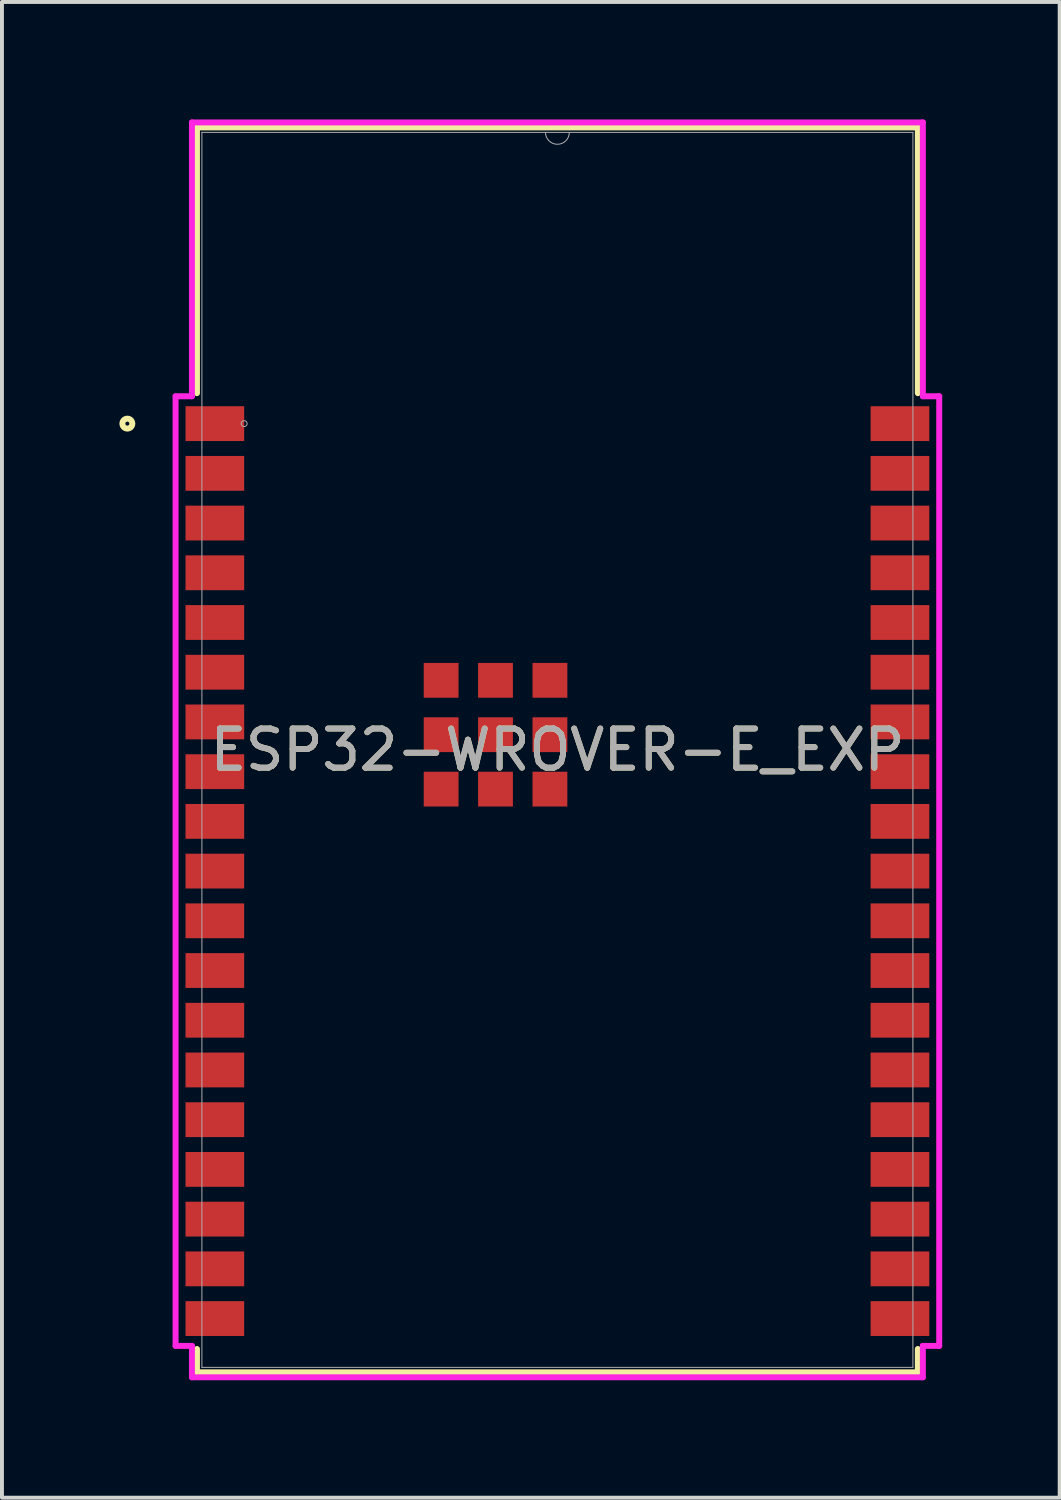
<source format=kicad_pcb>
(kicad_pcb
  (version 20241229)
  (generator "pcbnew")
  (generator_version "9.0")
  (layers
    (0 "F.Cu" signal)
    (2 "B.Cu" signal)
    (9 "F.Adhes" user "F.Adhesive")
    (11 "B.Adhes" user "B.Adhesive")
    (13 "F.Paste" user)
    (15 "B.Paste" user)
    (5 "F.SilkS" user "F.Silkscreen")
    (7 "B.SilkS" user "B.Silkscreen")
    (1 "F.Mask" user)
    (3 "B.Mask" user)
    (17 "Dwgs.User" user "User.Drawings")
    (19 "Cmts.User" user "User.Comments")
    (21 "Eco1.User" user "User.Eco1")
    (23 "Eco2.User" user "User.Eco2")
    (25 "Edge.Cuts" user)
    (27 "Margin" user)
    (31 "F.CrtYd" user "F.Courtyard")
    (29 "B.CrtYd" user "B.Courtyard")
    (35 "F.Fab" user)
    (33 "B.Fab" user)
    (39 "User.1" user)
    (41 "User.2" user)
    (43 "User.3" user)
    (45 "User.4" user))
  (footprint "ESP32-WROVER-E_EXP"
    (layer "F.Cu")
    (at 11.188 16.104)
    (property "Reference" "ESP32-WROVER-E_EXP" (at 0 0 0) (unlocked yes) (layer "F.SilkS") (effects (font (size 1 1) (thickness 0.15))))
    (attr smd)
    (fp_line (start -9.207 -15.9) (end -9.207 -9.111) (stroke (width 0.152) (type solid)) (layer "F.SilkS"))
    (fp_line (start -9.207 15.304) (end -9.207 15.9) (stroke (width 0.152) (type solid)) (layer "F.SilkS"))
    (fp_line (start -9.207 15.9) (end 9.207 15.9) (stroke (width 0.152) (type solid)) (layer "F.SilkS"))
    (fp_line (start 9.207 -15.9) (end -9.207 -15.9) (stroke (width 0.152) (type solid)) (layer "F.SilkS"))
    (fp_line (start 9.207 -9.111) (end 9.207 -15.9) (stroke (width 0.152) (type solid)) (layer "F.SilkS"))
    (fp_line (start 9.207 15.9) (end 9.207 15.304) (stroke (width 0.152) (type solid)) (layer "F.SilkS"))
    (fp_circle (center -10.985 -8.333) (end -10.858 -8.333) (stroke (width 0.152) (type solid)) (fill no) (layer "F.SilkS"))
    (fp_line (start -9.753 -9.032) (end -9.753 15.225) (stroke (width 0.152) (type solid)) (layer "F.CrtYd"))
    (fp_line (start -9.753 15.225) (end -9.335 15.225) (stroke (width 0.152) (type solid)) (layer "F.CrtYd"))
    (fp_line (start -9.335 -16.027) (end -9.335 -9.032) (stroke (width 0.152) (type solid)) (layer "F.CrtYd"))
    (fp_line (start -9.335 -9.032) (end -9.753 -9.032) (stroke (width 0.152) (type solid)) (layer "F.CrtYd"))
    (fp_line (start -9.335 15.225) (end -9.335 16.027) (stroke (width 0.152) (type solid)) (layer "F.CrtYd"))
    (fp_line (start -9.335 16.027) (end 9.335 16.027) (stroke (width 0.152) (type solid)) (layer "F.CrtYd"))
    (fp_line (start 9.335 -16.027) (end -9.335 -16.027) (stroke (width 0.152) (type solid)) (layer "F.CrtYd"))
    (fp_line (start 9.335 -9.032) (end 9.335 -16.027) (stroke (width 0.152) (type solid)) (layer "F.CrtYd"))
    (fp_line (start 9.335 15.225) (end 9.753 15.225) (stroke (width 0.152) (type solid)) (layer "F.CrtYd"))
    (fp_line (start 9.335 16.027) (end 9.335 15.225) (stroke (width 0.152) (type solid)) (layer "F.CrtYd"))
    (fp_line (start 9.753 -9.032) (end 9.335 -9.032) (stroke (width 0.152) (type solid)) (layer "F.CrtYd"))
    (fp_line (start 9.753 15.225) (end 9.753 -9.032) (stroke (width 0.152) (type solid)) (layer "F.CrtYd"))
    (fp_line (start -9.081 -15.773) (end -9.081 15.773) (stroke (width 0.025) (type solid)) (layer "F.Fab"))
    (fp_line (start -9.081 15.773) (end 9.081 15.773) (stroke (width 0.025) (type solid)) (layer "F.Fab"))
    (fp_line (start 9.081 -15.773) (end -9.081 -15.773) (stroke (width 0.025) (type solid)) (layer "F.Fab"))
    (fp_line (start 9.081 15.773) (end 9.081 -15.773) (stroke (width 0.025) (type solid)) (layer "F.Fab"))
    (fp_arc (start 0.3048 -15.7734) (mid 0 -15.4686) (end -0.3048 -15.7734) (stroke (width 0.0254) (type solid)) (layer "F.Fab"))
    (fp_circle (center -8.001 -8.333) (end -7.925 -8.333) (stroke (width 0.025) (type solid)) (fill no) (layer "F.Fab"))
    (fp_text user "${REFERENCE}" (at 0 0 0) (unlocked yes) (layer "F.Fab") (effects (font (size 1 1) (thickness 0.15))))
    (pad "1" smd rect (at -8.75 -8.333) (size 1.499 0.889) (layers "F.Cu" "F.Mask" "F.Paste"))
    (pad "2" smd rect (at -8.75 -7.063) (size 1.499 0.889) (layers "F.Cu" "F.Mask" "F.Paste"))
    (pad "3" smd rect (at -8.75 -5.793) (size 1.499 0.889) (layers "F.Cu" "F.Mask" "F.Paste"))
    (pad "4" smd rect (at -8.75 -4.523) (size 1.499 0.889) (layers "F.Cu" "F.Mask" "F.Paste"))
    (pad "5" smd rect (at -8.75 -3.253) (size 1.499 0.889) (layers "F.Cu" "F.Mask" "F.Paste"))
    (pad "6" smd rect (at -8.75 -1.983) (size 1.499 0.889) (layers "F.Cu" "F.Mask" "F.Paste"))
    (pad "7" smd rect (at -8.75 -0.713) (size 1.499 0.889) (layers "F.Cu" "F.Mask" "F.Paste"))
    (pad "8" smd rect (at -8.75 0.557) (size 1.499 0.889) (layers "F.Cu" "F.Mask" "F.Paste"))
    (pad "9" smd rect (at -8.75 1.827) (size 1.499 0.889) (layers "F.Cu" "F.Mask" "F.Paste"))
    (pad "10" smd rect (at -8.75 3.097) (size 1.499 0.889) (layers "F.Cu" "F.Mask" "F.Paste"))
    (pad "11" smd rect (at -8.75 4.367) (size 1.499 0.889) (layers "F.Cu" "F.Mask" "F.Paste"))
    (pad "12" smd rect (at -8.75 5.637) (size 1.499 0.889) (layers "F.Cu" "F.Mask" "F.Paste"))
    (pad "13" smd rect (at -8.75 6.907) (size 1.499 0.889) (layers "F.Cu" "F.Mask" "F.Paste"))
    (pad "14" smd rect (at -8.75 8.177) (size 1.499 0.889) (layers "F.Cu" "F.Mask" "F.Paste"))
    (pad "15" smd rect (at -8.75 9.447) (size 1.499 0.889) (layers "F.Cu" "F.Mask" "F.Paste"))
    (pad "16" smd rect (at -8.75 10.717) (size 1.499 0.889) (layers "F.Cu" "F.Mask" "F.Paste"))
    (pad "17" smd rect (at -8.75 11.987) (size 1.499 0.889) (layers "F.Cu" "F.Mask" "F.Paste"))
    (pad "18" smd rect (at -8.75 13.257) (size 1.499 0.889) (layers "F.Cu" "F.Mask" "F.Paste"))
    (pad "19" smd rect (at -8.75 14.527) (size 1.499 0.889) (layers "F.Cu" "F.Mask" "F.Paste"))
    (pad "20" smd rect (at 8.75 14.527) (size 1.499 0.889) (layers "F.Cu" "F.Mask" "F.Paste"))
    (pad "21" smd rect (at 8.75 13.257) (size 1.499 0.889) (layers "F.Cu" "F.Mask" "F.Paste"))
    (pad "22" smd rect (at 8.75 11.987) (size 1.499 0.889) (layers "F.Cu" "F.Mask" "F.Paste"))
    (pad "23" smd rect (at 8.75 10.717) (size 1.499 0.889) (layers "F.Cu" "F.Mask" "F.Paste"))
    (pad "24" smd rect (at 8.75 9.447) (size 1.499 0.889) (layers "F.Cu" "F.Mask" "F.Paste"))
    (pad "25" smd rect (at 8.75 8.177) (size 1.499 0.889) (layers "F.Cu" "F.Mask" "F.Paste"))
    (pad "26" smd rect (at 8.75 6.907) (size 1.499 0.889) (layers "F.Cu" "F.Mask" "F.Paste"))
    (pad "27" smd rect (at 8.75 5.637) (size 1.499 0.889) (layers "F.Cu" "F.Mask" "F.Paste"))
    (pad "28" smd rect (at 8.75 4.367) (size 1.499 0.889) (layers "F.Cu" "F.Mask" "F.Paste"))
    (pad "29" smd rect (at 8.75 3.097) (size 1.499 0.889) (layers "F.Cu" "F.Mask" "F.Paste"))
    (pad "30" smd rect (at 8.75 1.827) (size 1.499 0.889) (layers "F.Cu" "F.Mask" "F.Paste"))
    (pad "31" smd rect (at 8.75 0.557) (size 1.499 0.889) (layers "F.Cu" "F.Mask" "F.Paste"))
    (pad "32" smd rect (at 8.75 -0.713) (size 1.499 0.889) (layers "F.Cu" "F.Mask" "F.Paste"))
    (pad "33" smd rect (at 8.75 -1.983) (size 1.499 0.889) (layers "F.Cu" "F.Mask" "F.Paste"))
    (pad "34" smd rect (at 8.75 -3.253) (size 1.499 0.889) (layers "F.Cu" "F.Mask" "F.Paste"))
    (pad "35" smd rect (at 8.75 -4.523) (size 1.499 0.889) (layers "F.Cu" "F.Mask" "F.Paste"))
    (pad "36" smd rect (at 8.75 -5.793) (size 1.499 0.889) (layers "F.Cu" "F.Mask" "F.Paste"))
    (pad "37" smd rect (at 8.75 -7.063) (size 1.499 0.889) (layers "F.Cu" "F.Mask" "F.Paste"))
    (pad "38" smd rect (at 8.75 -8.333) (size 1.499 0.889) (layers "F.Cu" "F.Mask" "F.Paste"))
    (pad "39" smd rect (at -1.581 -0.387) (size 0.889 0.889) (layers "F.Cu" "F.Mask"))
    (pad "40" smd rect (at -2.97 -0.387) (size 0.889 0.889) (layers "F.Cu" "F.Mask"))
    (pad "41" smd rect (at -2.97 1.003) (size 0.889 0.889) (layers "F.Cu" "F.Mask"))
    (pad "42" smd rect (at -1.581 1.003) (size 0.889 0.889) (layers "F.Cu" "F.Mask"))
    (pad "43" smd rect (at -0.191 1.003) (size 0.889 0.889) (layers "F.Cu" "F.Mask"))
    (pad "44" smd rect (at -0.191 -0.387) (size 0.889 0.889) (layers "F.Cu" "F.Mask"))
    (pad "45" smd rect (at -0.191 -1.776) (size 0.889 0.889) (layers "F.Cu" "F.Mask"))
    (pad "46" smd rect (at -1.581 -1.776) (size 0.889 0.889) (layers "F.Cu" "F.Mask"))
    (pad "47" smd rect (at -2.97 -1.776) (size 0.889 0.889) (layers "F.Cu" "F.Mask")))
  (gr_rect
    (start -3 -3)
    (end 24.018 35.207)
    (stroke (width 0.1) (type default))
    (fill no)
    (layer "Edge.Cuts")))
</source>
